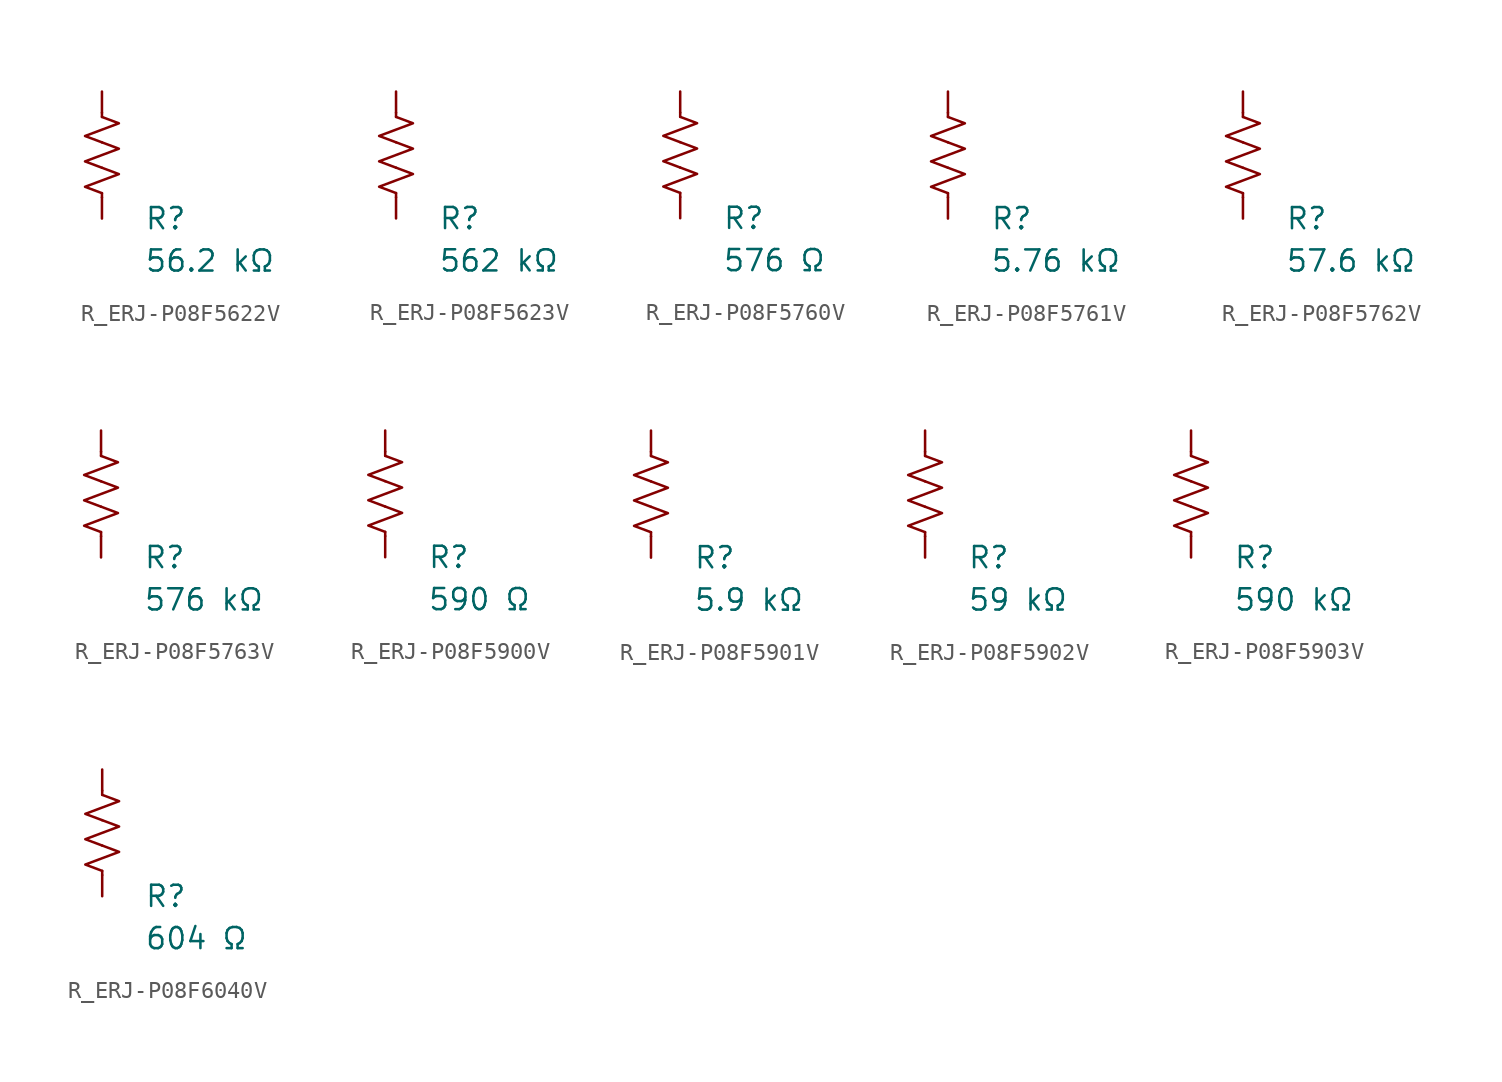
<source format=kicad_sym>
(kicad_symbol_lib
  (version 20231120)
  (generator "kicad_symbol_editor")
  (generator_version "8.0")
  (symbol "R_ERJ-P08F5622V"
    (pin_numbers hide)
    (pin_names
      (offset 0))
    (property "Reference" "R"
      (at 2.54 -3.81 0)
      (effects (font (size 1.27 1.27)) (justify left))
      (show_name no))
    (property "Value" "56.2 kΩ"
      (at 2.54 -6.35 0)
      (effects (font (size 1.27 1.27)) (justify left))
      (show_name no))
    (symbol "R_ERJ-P08F5622V_0_1"
      (polyline (pts (xy 0 -2.286) (xy 0 -2.54)) (stroke (width 0) (type default)) (fill (type none)))
      (polyline (pts (xy 0 2.286) (xy 0 2.54)) (stroke (width 0) (type default)) (fill (type none)))
      (polyline (pts (xy 0 -0.762) (xy 1.016 -1.143) (xy 0 -1.524) (xy -1.016 -1.905) (xy 0 -2.286)) (stroke (width 0) (type default)) (fill (type none)))
      (polyline (pts (xy 0 0.762) (xy 1.016 0.381) (xy 0 0) (xy -1.016 -0.381) (xy 0 -0.762)) (stroke (width 0) (type default)) (fill (type none)))
      (polyline (pts (xy 0 2.286) (xy 1.016 1.905) (xy 0 1.524) (xy -1.016 1.143) (xy 0 0.762)) (stroke (width 0) (type default)) (fill (type none))))
    (symbol "R_ERJ-P08F5622V_1_1"
      (pin passive line (at 0 3.81 270) (length 1.27) (name "~" (effects (font (size 1.27 1.27)))) (number "1" (effects (font (size 1.27 1.27)))))
      (pin passive line (at 0 -3.81 90) (length 1.27) (name "~" (effects (font (size 1.27 1.27)))) (number "2" (effects (font (size 1.27 1.27)))))))
  (symbol "R_ERJ-P08F5623V"
    (pin_numbers hide)
    (pin_names
      (offset 0))
    (property "Reference" "R"
      (at 2.54 -3.81 0)
      (effects (font (size 1.27 1.27)) (justify left))
      (show_name no))
    (property "Value" "562 kΩ"
      (at 2.54 -6.35 0)
      (effects (font (size 1.27 1.27)) (justify left))
      (show_name no))
    (symbol "R_ERJ-P08F5623V_0_1"
      (polyline (pts (xy 0 -2.286) (xy 0 -2.54)) (stroke (width 0) (type default)) (fill (type none)))
      (polyline (pts (xy 0 2.286) (xy 0 2.54)) (stroke (width 0) (type default)) (fill (type none)))
      (polyline (pts (xy 0 -0.762) (xy 1.016 -1.143) (xy 0 -1.524) (xy -1.016 -1.905) (xy 0 -2.286)) (stroke (width 0) (type default)) (fill (type none)))
      (polyline (pts (xy 0 0.762) (xy 1.016 0.381) (xy 0 0) (xy -1.016 -0.381) (xy 0 -0.762)) (stroke (width 0) (type default)) (fill (type none)))
      (polyline (pts (xy 0 2.286) (xy 1.016 1.905) (xy 0 1.524) (xy -1.016 1.143) (xy 0 0.762)) (stroke (width 0) (type default)) (fill (type none))))
    (symbol "R_ERJ-P08F5623V_1_1"
      (pin passive line (at 0 3.81 270) (length 1.27) (name "~" (effects (font (size 1.27 1.27)))) (number "1" (effects (font (size 1.27 1.27)))))
      (pin passive line (at 0 -3.81 90) (length 1.27) (name "~" (effects (font (size 1.27 1.27)))) (number "2" (effects (font (size 1.27 1.27)))))))
  (symbol "R_ERJ-P08F5760V"
    (pin_numbers hide)
    (pin_names
      (offset 0))
    (property "Reference" "R"
      (at 2.54 -3.81 0)
      (effects (font (size 1.27 1.27)) (justify left))
      (show_name no))
    (property "Value" "576 Ω"
      (at 2.54 -6.35 0)
      (effects (font (size 1.27 1.27)) (justify left))
      (show_name no))
    (symbol "R_ERJ-P08F5760V_0_1"
      (polyline (pts (xy 0 -2.286) (xy 0 -2.54)) (stroke (width 0) (type default)) (fill (type none)))
      (polyline (pts (xy 0 2.286) (xy 0 2.54)) (stroke (width 0) (type default)) (fill (type none)))
      (polyline (pts (xy 0 -0.762) (xy 1.016 -1.143) (xy 0 -1.524) (xy -1.016 -1.905) (xy 0 -2.286)) (stroke (width 0) (type default)) (fill (type none)))
      (polyline (pts (xy 0 0.762) (xy 1.016 0.381) (xy 0 0) (xy -1.016 -0.381) (xy 0 -0.762)) (stroke (width 0) (type default)) (fill (type none)))
      (polyline (pts (xy 0 2.286) (xy 1.016 1.905) (xy 0 1.524) (xy -1.016 1.143) (xy 0 0.762)) (stroke (width 0) (type default)) (fill (type none))))
    (symbol "R_ERJ-P08F5760V_1_1"
      (pin passive line (at 0 3.81 270) (length 1.27) (name "~" (effects (font (size 1.27 1.27)))) (number "1" (effects (font (size 1.27 1.27)))))
      (pin passive line (at 0 -3.81 90) (length 1.27) (name "~" (effects (font (size 1.27 1.27)))) (number "2" (effects (font (size 1.27 1.27)))))))
  (symbol "R_ERJ-P08F5761V"
    (pin_numbers hide)
    (pin_names
      (offset 0))
    (property "Reference" "R"
      (at 2.54 -3.81 0)
      (effects (font (size 1.27 1.27)) (justify left))
      (show_name no))
    (property "Value" "5.76 kΩ"
      (at 2.54 -6.35 0)
      (effects (font (size 1.27 1.27)) (justify left))
      (show_name no))
    (symbol "R_ERJ-P08F5761V_0_1"
      (polyline (pts (xy 0 -2.286) (xy 0 -2.54)) (stroke (width 0) (type default)) (fill (type none)))
      (polyline (pts (xy 0 2.286) (xy 0 2.54)) (stroke (width 0) (type default)) (fill (type none)))
      (polyline (pts (xy 0 -0.762) (xy 1.016 -1.143) (xy 0 -1.524) (xy -1.016 -1.905) (xy 0 -2.286)) (stroke (width 0) (type default)) (fill (type none)))
      (polyline (pts (xy 0 0.762) (xy 1.016 0.381) (xy 0 0) (xy -1.016 -0.381) (xy 0 -0.762)) (stroke (width 0) (type default)) (fill (type none)))
      (polyline (pts (xy 0 2.286) (xy 1.016 1.905) (xy 0 1.524) (xy -1.016 1.143) (xy 0 0.762)) (stroke (width 0) (type default)) (fill (type none))))
    (symbol "R_ERJ-P08F5761V_1_1"
      (pin passive line (at 0 3.81 270) (length 1.27) (name "~" (effects (font (size 1.27 1.27)))) (number "1" (effects (font (size 1.27 1.27)))))
      (pin passive line (at 0 -3.81 90) (length 1.27) (name "~" (effects (font (size 1.27 1.27)))) (number "2" (effects (font (size 1.27 1.27)))))))
  (symbol "R_ERJ-P08F5762V"
    (pin_numbers hide)
    (pin_names
      (offset 0))
    (property "Reference" "R"
      (at 2.54 -3.81 0)
      (effects (font (size 1.27 1.27)) (justify left))
      (show_name no))
    (property "Value" "57.6 kΩ"
      (at 2.54 -6.35 0)
      (effects (font (size 1.27 1.27)) (justify left))
      (show_name no))
    (symbol "R_ERJ-P08F5762V_0_1"
      (polyline (pts (xy 0 -2.286) (xy 0 -2.54)) (stroke (width 0) (type default)) (fill (type none)))
      (polyline (pts (xy 0 2.286) (xy 0 2.54)) (stroke (width 0) (type default)) (fill (type none)))
      (polyline (pts (xy 0 -0.762) (xy 1.016 -1.143) (xy 0 -1.524) (xy -1.016 -1.905) (xy 0 -2.286)) (stroke (width 0) (type default)) (fill (type none)))
      (polyline (pts (xy 0 0.762) (xy 1.016 0.381) (xy 0 0) (xy -1.016 -0.381) (xy 0 -0.762)) (stroke (width 0) (type default)) (fill (type none)))
      (polyline (pts (xy 0 2.286) (xy 1.016 1.905) (xy 0 1.524) (xy -1.016 1.143) (xy 0 0.762)) (stroke (width 0) (type default)) (fill (type none))))
    (symbol "R_ERJ-P08F5762V_1_1"
      (pin passive line (at 0 3.81 270) (length 1.27) (name "~" (effects (font (size 1.27 1.27)))) (number "1" (effects (font (size 1.27 1.27)))))
      (pin passive line (at 0 -3.81 90) (length 1.27) (name "~" (effects (font (size 1.27 1.27)))) (number "2" (effects (font (size 1.27 1.27)))))))
  (symbol "R_ERJ-P08F5763V"
    (pin_numbers hide)
    (pin_names
      (offset 0))
    (property "Reference" "R"
      (at 2.54 -3.81 0)
      (effects (font (size 1.27 1.27)) (justify left))
      (show_name no))
    (property "Value" "576 kΩ"
      (at 2.54 -6.35 0)
      (effects (font (size 1.27 1.27)) (justify left))
      (show_name no))
    (symbol "R_ERJ-P08F5763V_0_1"
      (polyline (pts (xy 0 -2.286) (xy 0 -2.54)) (stroke (width 0) (type default)) (fill (type none)))
      (polyline (pts (xy 0 2.286) (xy 0 2.54)) (stroke (width 0) (type default)) (fill (type none)))
      (polyline (pts (xy 0 -0.762) (xy 1.016 -1.143) (xy 0 -1.524) (xy -1.016 -1.905) (xy 0 -2.286)) (stroke (width 0) (type default)) (fill (type none)))
      (polyline (pts (xy 0 0.762) (xy 1.016 0.381) (xy 0 0) (xy -1.016 -0.381) (xy 0 -0.762)) (stroke (width 0) (type default)) (fill (type none)))
      (polyline (pts (xy 0 2.286) (xy 1.016 1.905) (xy 0 1.524) (xy -1.016 1.143) (xy 0 0.762)) (stroke (width 0) (type default)) (fill (type none))))
    (symbol "R_ERJ-P08F5763V_1_1"
      (pin passive line (at 0 3.81 270) (length 1.27) (name "~" (effects (font (size 1.27 1.27)))) (number "1" (effects (font (size 1.27 1.27)))))
      (pin passive line (at 0 -3.81 90) (length 1.27) (name "~" (effects (font (size 1.27 1.27)))) (number "2" (effects (font (size 1.27 1.27)))))))
  (symbol "R_ERJ-P08F5900V"
    (pin_numbers hide)
    (pin_names
      (offset 0))
    (property "Reference" "R"
      (at 2.54 -3.81 0)
      (effects (font (size 1.27 1.27)) (justify left))
      (show_name no))
    (property "Value" "590 Ω"
      (at 2.54 -6.35 0)
      (effects (font (size 1.27 1.27)) (justify left))
      (show_name no))
    (symbol "R_ERJ-P08F5900V_0_1"
      (polyline (pts (xy 0 -2.286) (xy 0 -2.54)) (stroke (width 0) (type default)) (fill (type none)))
      (polyline (pts (xy 0 2.286) (xy 0 2.54)) (stroke (width 0) (type default)) (fill (type none)))
      (polyline (pts (xy 0 -0.762) (xy 1.016 -1.143) (xy 0 -1.524) (xy -1.016 -1.905) (xy 0 -2.286)) (stroke (width 0) (type default)) (fill (type none)))
      (polyline (pts (xy 0 0.762) (xy 1.016 0.381) (xy 0 0) (xy -1.016 -0.381) (xy 0 -0.762)) (stroke (width 0) (type default)) (fill (type none)))
      (polyline (pts (xy 0 2.286) (xy 1.016 1.905) (xy 0 1.524) (xy -1.016 1.143) (xy 0 0.762)) (stroke (width 0) (type default)) (fill (type none))))
    (symbol "R_ERJ-P08F5900V_1_1"
      (pin passive line (at 0 3.81 270) (length 1.27) (name "~" (effects (font (size 1.27 1.27)))) (number "1" (effects (font (size 1.27 1.27)))))
      (pin passive line (at 0 -3.81 90) (length 1.27) (name "~" (effects (font (size 1.27 1.27)))) (number "2" (effects (font (size 1.27 1.27)))))))
  (symbol "R_ERJ-P08F5901V"
    (pin_numbers hide)
    (pin_names
      (offset 0))
    (property "Reference" "R"
      (at 2.54 -3.81 0)
      (effects (font (size 1.27 1.27)) (justify left))
      (show_name no))
    (property "Value" "5.9 kΩ"
      (at 2.54 -6.35 0)
      (effects (font (size 1.27 1.27)) (justify left))
      (show_name no))
    (symbol "R_ERJ-P08F5901V_0_1"
      (polyline (pts (xy 0 -2.286) (xy 0 -2.54)) (stroke (width 0) (type default)) (fill (type none)))
      (polyline (pts (xy 0 2.286) (xy 0 2.54)) (stroke (width 0) (type default)) (fill (type none)))
      (polyline (pts (xy 0 -0.762) (xy 1.016 -1.143) (xy 0 -1.524) (xy -1.016 -1.905) (xy 0 -2.286)) (stroke (width 0) (type default)) (fill (type none)))
      (polyline (pts (xy 0 0.762) (xy 1.016 0.381) (xy 0 0) (xy -1.016 -0.381) (xy 0 -0.762)) (stroke (width 0) (type default)) (fill (type none)))
      (polyline (pts (xy 0 2.286) (xy 1.016 1.905) (xy 0 1.524) (xy -1.016 1.143) (xy 0 0.762)) (stroke (width 0) (type default)) (fill (type none))))
    (symbol "R_ERJ-P08F5901V_1_1"
      (pin passive line (at 0 3.81 270) (length 1.27) (name "~" (effects (font (size 1.27 1.27)))) (number "1" (effects (font (size 1.27 1.27)))))
      (pin passive line (at 0 -3.81 90) (length 1.27) (name "~" (effects (font (size 1.27 1.27)))) (number "2" (effects (font (size 1.27 1.27)))))))
  (symbol "R_ERJ-P08F5902V"
    (pin_numbers hide)
    (pin_names
      (offset 0))
    (property "Reference" "R"
      (at 2.54 -3.81 0)
      (effects (font (size 1.27 1.27)) (justify left))
      (show_name no))
    (property "Value" "59 kΩ"
      (at 2.54 -6.35 0)
      (effects (font (size 1.27 1.27)) (justify left))
      (show_name no))
    (symbol "R_ERJ-P08F5902V_0_1"
      (polyline (pts (xy 0 -2.286) (xy 0 -2.54)) (stroke (width 0) (type default)) (fill (type none)))
      (polyline (pts (xy 0 2.286) (xy 0 2.54)) (stroke (width 0) (type default)) (fill (type none)))
      (polyline (pts (xy 0 -0.762) (xy 1.016 -1.143) (xy 0 -1.524) (xy -1.016 -1.905) (xy 0 -2.286)) (stroke (width 0) (type default)) (fill (type none)))
      (polyline (pts (xy 0 0.762) (xy 1.016 0.381) (xy 0 0) (xy -1.016 -0.381) (xy 0 -0.762)) (stroke (width 0) (type default)) (fill (type none)))
      (polyline (pts (xy 0 2.286) (xy 1.016 1.905) (xy 0 1.524) (xy -1.016 1.143) (xy 0 0.762)) (stroke (width 0) (type default)) (fill (type none))))
    (symbol "R_ERJ-P08F5902V_1_1"
      (pin passive line (at 0 3.81 270) (length 1.27) (name "~" (effects (font (size 1.27 1.27)))) (number "1" (effects (font (size 1.27 1.27)))))
      (pin passive line (at 0 -3.81 90) (length 1.27) (name "~" (effects (font (size 1.27 1.27)))) (number "2" (effects (font (size 1.27 1.27)))))))
  (symbol "R_ERJ-P08F5903V"
    (pin_numbers hide)
    (pin_names
      (offset 0))
    (property "Reference" "R"
      (at 2.54 -3.81 0)
      (effects (font (size 1.27 1.27)) (justify left))
      (show_name no))
    (property "Value" "590 kΩ"
      (at 2.54 -6.35 0)
      (effects (font (size 1.27 1.27)) (justify left))
      (show_name no))
    (symbol "R_ERJ-P08F5903V_0_1"
      (polyline (pts (xy 0 -2.286) (xy 0 -2.54)) (stroke (width 0) (type default)) (fill (type none)))
      (polyline (pts (xy 0 2.286) (xy 0 2.54)) (stroke (width 0) (type default)) (fill (type none)))
      (polyline (pts (xy 0 -0.762) (xy 1.016 -1.143) (xy 0 -1.524) (xy -1.016 -1.905) (xy 0 -2.286)) (stroke (width 0) (type default)) (fill (type none)))
      (polyline (pts (xy 0 0.762) (xy 1.016 0.381) (xy 0 0) (xy -1.016 -0.381) (xy 0 -0.762)) (stroke (width 0) (type default)) (fill (type none)))
      (polyline (pts (xy 0 2.286) (xy 1.016 1.905) (xy 0 1.524) (xy -1.016 1.143) (xy 0 0.762)) (stroke (width 0) (type default)) (fill (type none))))
    (symbol "R_ERJ-P08F5903V_1_1"
      (pin passive line (at 0 3.81 270) (length 1.27) (name "~" (effects (font (size 1.27 1.27)))) (number "1" (effects (font (size 1.27 1.27)))))
      (pin passive line (at 0 -3.81 90) (length 1.27) (name "~" (effects (font (size 1.27 1.27)))) (number "2" (effects (font (size 1.27 1.27)))))))
  (symbol "R_ERJ-P08F6040V"
    (pin_numbers hide)
    (pin_names
      (offset 0))
    (property "Reference" "R"
      (at 2.54 -3.81 0)
      (effects (font (size 1.27 1.27)) (justify left))
      (show_name no))
    (property "Value" "604 Ω"
      (at 2.54 -6.35 0)
      (effects (font (size 1.27 1.27)) (justify left))
      (show_name no))
    (symbol "R_ERJ-P08F6040V_0_1"
      (polyline (pts (xy 0 -2.286) (xy 0 -2.54)) (stroke (width 0) (type default)) (fill (type none)))
      (polyline (pts (xy 0 2.286) (xy 0 2.54)) (stroke (width 0) (type default)) (fill (type none)))
      (polyline (pts (xy 0 -0.762) (xy 1.016 -1.143) (xy 0 -1.524) (xy -1.016 -1.905) (xy 0 -2.286)) (stroke (width 0) (type default)) (fill (type none)))
      (polyline (pts (xy 0 0.762) (xy 1.016 0.381) (xy 0 0) (xy -1.016 -0.381) (xy 0 -0.762)) (stroke (width 0) (type default)) (fill (type none)))
      (polyline (pts (xy 0 2.286) (xy 1.016 1.905) (xy 0 1.524) (xy -1.016 1.143) (xy 0 0.762)) (stroke (width 0) (type default)) (fill (type none))))
    (symbol "R_ERJ-P08F6040V_1_1"
      (pin passive line (at 0 3.81 270) (length 1.27) (name "~" (effects (font (size 1.27 1.27)))) (number "1" (effects (font (size 1.27 1.27)))))
      (pin passive line (at 0 -3.81 90) (length 1.27) (name "~" (effects (font (size 1.27 1.27)))) (number "2" (effects (font (size 1.27 1.27))))))))
</source>
